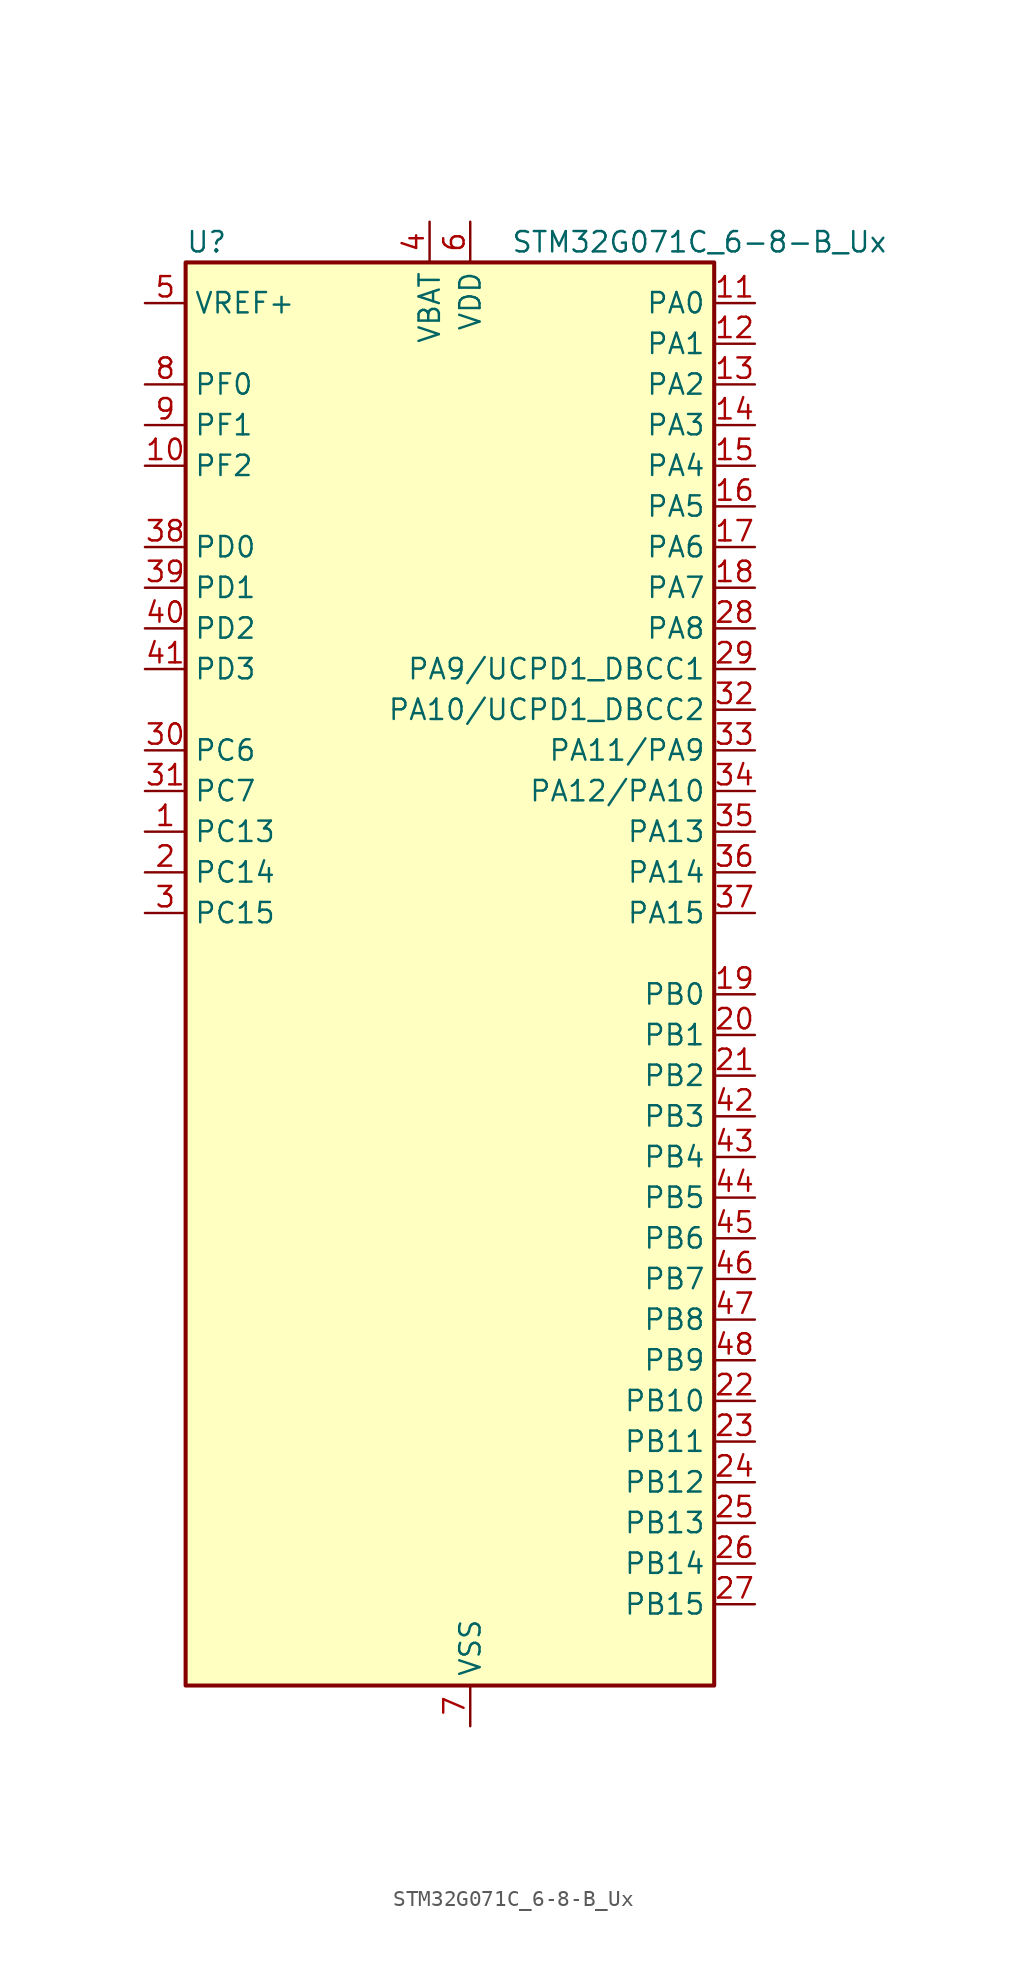
<source format=kicad_sym>
(kicad_symbol_lib
  (version 20231120)
  (generator "kicad_symbol_editor")
  (generator_version "8.0")
  (symbol "STM32G071C_6-8-B_Ux"
    (property "Reference" "U"
      (at -15.24 46.99 0)
      (effects (font (size 1.27 1.27)) (justify left)))
    (property "Value" "STM32G071C_6-8-B_Ux"
      (at 5.08 46.99 0)
      (effects (font (size 1.27 1.27)) (justify left)))
    (property "ki_locked" ""
      (at 0 0 0)
      (effects (font (size 1.27 1.27))))
    (symbol "STM32G071C_6-8-B_Ux_0_1"
      (rectangle (start -15.24 -43.18) (end 17.78 45.72) (stroke (width 0.254) (type default)) (fill (type background))))
    (symbol "STM32G071C_6-8-B_Ux_1_1"
      (pin bidirectional line (at -17.78 10.16 0) (length 2.54) (name "PC13" (effects (font (size 1.27 1.27)))) (number "1" (effects (font (size 1.27 1.27)))) (alternate "RTC_OUT_ALARM" bidirectional line) (alternate "RTC_OUT_CALIB" bidirectional line) (alternate "RTC_TAMP_IN1" bidirectional line) (alternate "RTC_TS" bidirectional line) (alternate "SYS_WKUP2" bidirectional line) (alternate "TIM1_BK" bidirectional line))
      (pin bidirectional line (at -17.78 33.02 0) (length 2.54) (name "PF2" (effects (font (size 1.27 1.27)))) (number "10" (effects (font (size 1.27 1.27)))) (alternate "RCC_MCO" bidirectional line))
      (pin bidirectional line (at 20.32 43.18 180) (length 2.54) (name "PA0" (effects (font (size 1.27 1.27)))) (number "11" (effects (font (size 1.27 1.27)))) (alternate "ADC1_IN0" bidirectional line) (alternate "COMP1_INM" bidirectional line) (alternate "COMP1_OUT" bidirectional line) (alternate "LPTIM1_OUT" bidirectional line) (alternate "RTC_TAMP_IN2" bidirectional line) (alternate "SPI2_SCK" bidirectional line) (alternate "SYS_WKUP1" bidirectional line) (alternate "TIM2_CH1" bidirectional line) (alternate "TIM2_ETR" bidirectional line) (alternate "UCPD2_FRSTX1" bidirectional line) (alternate "UCPD2_FRSTX2" bidirectional line) (alternate "USART2_CTS" bidirectional line) (alternate "USART2_NSS" bidirectional line) (alternate "USART4_TX" bidirectional line))
      (pin bidirectional line (at 20.32 40.64 180) (length 2.54) (name "PA1" (effects (font (size 1.27 1.27)))) (number "12" (effects (font (size 1.27 1.27)))) (alternate "ADC1_IN1" bidirectional line) (alternate "COMP1_INP" bidirectional line) (alternate "I2C1_SMBA" bidirectional line) (alternate "I2S1_CK" bidirectional line) (alternate "SPI1_SCK" bidirectional line) (alternate "TIM15_CH1N" bidirectional line) (alternate "TIM2_CH2" bidirectional line) (alternate "USART2_CK" bidirectional line) (alternate "USART2_DE" bidirectional line) (alternate "USART2_RTS" bidirectional line) (alternate "USART4_RX" bidirectional line))
      (pin bidirectional line (at 20.32 38.1 180) (length 2.54) (name "PA2" (effects (font (size 1.27 1.27)))) (number "13" (effects (font (size 1.27 1.27)))) (alternate "ADC1_IN2" bidirectional line) (alternate "COMP2_INM" bidirectional line) (alternate "COMP2_OUT" bidirectional line) (alternate "I2S1_SD" bidirectional line) (alternate "LPUART1_TX" bidirectional line) (alternate "RCC_LSCO" bidirectional line) (alternate "SPI1_MOSI" bidirectional line) (alternate "SYS_WKUP4" bidirectional line) (alternate "TIM15_CH1" bidirectional line) (alternate "TIM2_CH3" bidirectional line) (alternate "UCPD1_FRSTX1" bidirectional line) (alternate "UCPD1_FRSTX2" bidirectional line) (alternate "USART2_TX" bidirectional line))
      (pin bidirectional line (at 20.32 35.56 180) (length 2.54) (name "PA3" (effects (font (size 1.27 1.27)))) (number "14" (effects (font (size 1.27 1.27)))) (alternate "ADC1_IN3" bidirectional line) (alternate "COMP2_INP" bidirectional line) (alternate "LPUART1_RX" bidirectional line) (alternate "SPI2_MISO" bidirectional line) (alternate "TIM15_CH2" bidirectional line) (alternate "TIM2_CH4" bidirectional line) (alternate "UCPD2_FRSTX1" bidirectional line) (alternate "UCPD2_FRSTX2" bidirectional line) (alternate "USART2_RX" bidirectional line))
      (pin bidirectional line (at 20.32 33.02 180) (length 2.54) (name "PA4" (effects (font (size 1.27 1.27)))) (number "15" (effects (font (size 1.27 1.27)))) (alternate "ADC1_IN4" bidirectional line) (alternate "DAC1_OUT1" bidirectional line) (alternate "I2S1_WS" bidirectional line) (alternate "LPTIM2_OUT" bidirectional line) (alternate "RTC_OUT_ALARM" bidirectional line) (alternate "RTC_OUT_CALIB" bidirectional line) (alternate "SPI1_NSS" bidirectional line) (alternate "SPI2_MOSI" bidirectional line) (alternate "TIM14_CH1" bidirectional line) (alternate "UCPD2_FRSTX1" bidirectional line) (alternate "UCPD2_FRSTX2" bidirectional line))
      (pin bidirectional line (at 20.32 30.48 180) (length 2.54) (name "PA5" (effects (font (size 1.27 1.27)))) (number "16" (effects (font (size 1.27 1.27)))) (alternate "ADC1_IN5" bidirectional line) (alternate "CEC" bidirectional line) (alternate "DAC1_OUT2" bidirectional line) (alternate "I2S1_CK" bidirectional line) (alternate "LPTIM2_ETR" bidirectional line) (alternate "SPI1_SCK" bidirectional line) (alternate "TIM2_CH1" bidirectional line) (alternate "TIM2_ETR" bidirectional line) (alternate "UCPD1_FRSTX1" bidirectional line) (alternate "UCPD1_FRSTX2" bidirectional line) (alternate "USART3_TX" bidirectional line))
      (pin bidirectional line (at 20.32 27.94 180) (length 2.54) (name "PA6" (effects (font (size 1.27 1.27)))) (number "17" (effects (font (size 1.27 1.27)))) (alternate "ADC1_IN6" bidirectional line) (alternate "COMP1_OUT" bidirectional line) (alternate "I2S1_MCK" bidirectional line) (alternate "LPUART1_CTS" bidirectional line) (alternate "SPI1_MISO" bidirectional line) (alternate "TIM16_CH1" bidirectional line) (alternate "TIM1_BK" bidirectional line) (alternate "TIM3_CH1" bidirectional line) (alternate "USART3_CTS" bidirectional line) (alternate "USART3_NSS" bidirectional line))
      (pin bidirectional line (at 20.32 25.4 180) (length 2.54) (name "PA7" (effects (font (size 1.27 1.27)))) (number "18" (effects (font (size 1.27 1.27)))) (alternate "ADC1_IN7" bidirectional line) (alternate "COMP2_OUT" bidirectional line) (alternate "I2S1_SD" bidirectional line) (alternate "SPI1_MOSI" bidirectional line) (alternate "TIM14_CH1" bidirectional line) (alternate "TIM17_CH1" bidirectional line) (alternate "TIM1_CH1N" bidirectional line) (alternate "TIM3_CH2" bidirectional line) (alternate "UCPD1_FRSTX1" bidirectional line) (alternate "UCPD1_FRSTX2" bidirectional line))
      (pin bidirectional line (at 20.32 0 180) (length 2.54) (name "PB0" (effects (font (size 1.27 1.27)))) (number "19" (effects (font (size 1.27 1.27)))) (alternate "ADC1_IN8" bidirectional line) (alternate "COMP1_OUT" bidirectional line) (alternate "I2S1_WS" bidirectional line) (alternate "LPTIM1_OUT" bidirectional line) (alternate "SPI1_NSS" bidirectional line) (alternate "TIM1_CH2N" bidirectional line) (alternate "TIM3_CH3" bidirectional line) (alternate "UCPD1_FRSTX1" bidirectional line) (alternate "UCPD1_FRSTX2" bidirectional line) (alternate "USART3_RX" bidirectional line))
      (pin bidirectional line (at -17.78 7.62 0) (length 2.54) (name "PC14" (effects (font (size 1.27 1.27)))) (number "2" (effects (font (size 1.27 1.27)))) (alternate "RCC_OSC32_IN" bidirectional line) (alternate "TIM1_BK2" bidirectional line))
      (pin bidirectional line (at 20.32 -2.54 180) (length 2.54) (name "PB1" (effects (font (size 1.27 1.27)))) (number "20" (effects (font (size 1.27 1.27)))) (alternate "ADC1_IN9" bidirectional line) (alternate "COMP1_INM" bidirectional line) (alternate "LPTIM2_IN1" bidirectional line) (alternate "LPUART1_DE" bidirectional line) (alternate "LPUART1_RTS" bidirectional line) (alternate "TIM14_CH1" bidirectional line) (alternate "TIM1_CH3N" bidirectional line) (alternate "TIM3_CH4" bidirectional line) (alternate "USART3_CK" bidirectional line) (alternate "USART3_DE" bidirectional line) (alternate "USART3_RTS" bidirectional line))
      (pin bidirectional line (at 20.32 -5.08 180) (length 2.54) (name "PB2" (effects (font (size 1.27 1.27)))) (number "21" (effects (font (size 1.27 1.27)))) (alternate "ADC1_IN10" bidirectional line) (alternate "COMP1_INP" bidirectional line) (alternate "LPTIM1_OUT" bidirectional line) (alternate "SPI2_MISO" bidirectional line) (alternate "USART3_TX" bidirectional line))
      (pin bidirectional line (at 20.32 -25.4 180) (length 2.54) (name "PB10" (effects (font (size 1.27 1.27)))) (number "22" (effects (font (size 1.27 1.27)))) (alternate "ADC1_IN11" bidirectional line) (alternate "CEC" bidirectional line) (alternate "COMP1_OUT" bidirectional line) (alternate "I2C2_SCL" bidirectional line) (alternate "LPUART1_RX" bidirectional line) (alternate "SPI2_SCK" bidirectional line) (alternate "TIM2_CH3" bidirectional line) (alternate "USART3_TX" bidirectional line))
      (pin bidirectional line (at 20.32 -27.94 180) (length 2.54) (name "PB11" (effects (font (size 1.27 1.27)))) (number "23" (effects (font (size 1.27 1.27)))) (alternate "ADC1_EXTI11" bidirectional line) (alternate "ADC1_IN15" bidirectional line) (alternate "COMP2_OUT" bidirectional line) (alternate "I2C2_SDA" bidirectional line) (alternate "LPUART1_TX" bidirectional line) (alternate "SPI2_MOSI" bidirectional line) (alternate "TIM2_CH4" bidirectional line) (alternate "USART3_RX" bidirectional line))
      (pin bidirectional line (at 20.32 -30.48 180) (length 2.54) (name "PB12" (effects (font (size 1.27 1.27)))) (number "24" (effects (font (size 1.27 1.27)))) (alternate "ADC1_IN16" bidirectional line) (alternate "LPUART1_DE" bidirectional line) (alternate "LPUART1_RTS" bidirectional line) (alternate "SPI2_NSS" bidirectional line) (alternate "TIM15_BK" bidirectional line) (alternate "TIM1_BK" bidirectional line) (alternate "UCPD2_FRSTX1" bidirectional line) (alternate "UCPD2_FRSTX2" bidirectional line))
      (pin bidirectional line (at 20.32 -33.02 180) (length 2.54) (name "PB13" (effects (font (size 1.27 1.27)))) (number "25" (effects (font (size 1.27 1.27)))) (alternate "I2C2_SCL" bidirectional line) (alternate "LPUART1_CTS" bidirectional line) (alternate "SPI2_SCK" bidirectional line) (alternate "TIM15_CH1N" bidirectional line) (alternate "TIM1_CH1N" bidirectional line) (alternate "USART3_CTS" bidirectional line) (alternate "USART3_NSS" bidirectional line))
      (pin bidirectional line (at 20.32 -35.56 180) (length 2.54) (name "PB14" (effects (font (size 1.27 1.27)))) (number "26" (effects (font (size 1.27 1.27)))) (alternate "I2C2_SDA" bidirectional line) (alternate "SPI2_MISO" bidirectional line) (alternate "TIM15_CH1" bidirectional line) (alternate "TIM1_CH2N" bidirectional line) (alternate "UCPD1_FRSTX1" bidirectional line) (alternate "UCPD1_FRSTX2" bidirectional line) (alternate "USART3_CK" bidirectional line) (alternate "USART3_DE" bidirectional line) (alternate "USART3_RTS" bidirectional line))
      (pin bidirectional line (at 20.32 -38.1 180) (length 2.54) (name "PB15" (effects (font (size 1.27 1.27)))) (number "27" (effects (font (size 1.27 1.27)))) (alternate "RTC_REFIN" bidirectional line) (alternate "SPI2_MOSI" bidirectional line) (alternate "TIM15_CH1N" bidirectional line) (alternate "TIM15_CH2" bidirectional line) (alternate "TIM1_CH3N" bidirectional line) (alternate "UCPD1_CC2" bidirectional line))
      (pin bidirectional line (at 20.32 22.86 180) (length 2.54) (name "PA8" (effects (font (size 1.27 1.27)))) (number "28" (effects (font (size 1.27 1.27)))) (alternate "LPTIM2_OUT" bidirectional line) (alternate "RCC_MCO" bidirectional line) (alternate "SPI2_NSS" bidirectional line) (alternate "TIM1_CH1" bidirectional line) (alternate "UCPD1_CC1" bidirectional line))
      (pin bidirectional line (at 20.32 20.32 180) (length 2.54) (name "PA9/UCPD1_DBCC1" (effects (font (size 1.27 1.27)))) (number "29" (effects (font (size 1.27 1.27)))) (alternate "DAC1_EXTI9" bidirectional line) (alternate "I2C1_SCL" bidirectional line) (alternate "RCC_MCO" bidirectional line) (alternate "SPI2_MISO" bidirectional line) (alternate "TIM15_BK" bidirectional line) (alternate "TIM1_CH2" bidirectional line) (alternate "UCPD1_DBCC1" bidirectional line) (alternate "USART1_TX" bidirectional line))
      (pin bidirectional line (at -17.78 5.08 0) (length 2.54) (name "PC15" (effects (font (size 1.27 1.27)))) (number "3" (effects (font (size 1.27 1.27)))) (alternate "RCC_OSC32_EN" bidirectional line) (alternate "RCC_OSC32_OUT" bidirectional line) (alternate "RCC_OSC_EN" bidirectional line) (alternate "TIM15_BK" bidirectional line))
      (pin bidirectional line (at -17.78 15.24 0) (length 2.54) (name "PC6" (effects (font (size 1.27 1.27)))) (number "30" (effects (font (size 1.27 1.27)))) (alternate "TIM2_CH3" bidirectional line) (alternate "TIM3_CH1" bidirectional line) (alternate "UCPD1_FRSTX1" bidirectional line) (alternate "UCPD1_FRSTX2" bidirectional line))
      (pin bidirectional line (at -17.78 12.7 0) (length 2.54) (name "PC7" (effects (font (size 1.27 1.27)))) (number "31" (effects (font (size 1.27 1.27)))) (alternate "TIM2_CH4" bidirectional line) (alternate "TIM3_CH2" bidirectional line) (alternate "UCPD2_FRSTX1" bidirectional line) (alternate "UCPD2_FRSTX2" bidirectional line))
      (pin bidirectional line (at 20.32 17.78 180) (length 2.54) (name "PA10/UCPD1_DBCC2" (effects (font (size 1.27 1.27)))) (number "32" (effects (font (size 1.27 1.27)))) (alternate "I2C1_SDA" bidirectional line) (alternate "SPI2_MOSI" bidirectional line) (alternate "TIM17_BK" bidirectional line) (alternate "TIM1_CH3" bidirectional line) (alternate "UCPD1_DBCC2" bidirectional line) (alternate "USART1_RX" bidirectional line))
      (pin bidirectional line (at 20.32 15.24 180) (length 2.54) (name "PA11/PA9" (effects (font (size 1.27 1.27)))) (number "33" (effects (font (size 1.27 1.27)))) (alternate "ADC1_EXTI11" bidirectional line) (alternate "COMP1_OUT" bidirectional line) (alternate "I2C2_SCL" bidirectional line) (alternate "I2S1_MCK" bidirectional line) (alternate "SPI1_MISO" bidirectional line) (alternate "TIM1_BK2" bidirectional line) (alternate "TIM1_CH4" bidirectional line) (alternate "USART1_CTS" bidirectional line) (alternate "USART1_NSS" bidirectional line))
      (pin bidirectional line (at 20.32 12.7 180) (length 2.54) (name "PA12/PA10" (effects (font (size 1.27 1.27)))) (number "34" (effects (font (size 1.27 1.27)))) (alternate "COMP2_OUT" bidirectional line) (alternate "I2C2_SDA" bidirectional line) (alternate "I2S1_SD" bidirectional line) (alternate "I2S_CKIN" bidirectional line) (alternate "SPI1_MOSI" bidirectional line) (alternate "TIM1_ETR" bidirectional line) (alternate "USART1_CK" bidirectional line) (alternate "USART1_DE" bidirectional line) (alternate "USART1_RTS" bidirectional line))
      (pin bidirectional line (at 20.32 10.16 180) (length 2.54) (name "PA13" (effects (font (size 1.27 1.27)))) (number "35" (effects (font (size 1.27 1.27)))) (alternate "IR_OUT" bidirectional line) (alternate "SYS_SWDIO" bidirectional line))
      (pin bidirectional line (at 20.32 7.62 180) (length 2.54) (name "PA14" (effects (font (size 1.27 1.27)))) (number "36" (effects (font (size 1.27 1.27)))) (alternate "SYS_SWCLK" bidirectional line) (alternate "USART2_TX" bidirectional line))
      (pin bidirectional line (at 20.32 5.08 180) (length 2.54) (name "PA15" (effects (font (size 1.27 1.27)))) (number "37" (effects (font (size 1.27 1.27)))) (alternate "I2S1_WS" bidirectional line) (alternate "SPI1_NSS" bidirectional line) (alternate "TIM2_CH1" bidirectional line) (alternate "TIM2_ETR" bidirectional line) (alternate "USART2_RX" bidirectional line) (alternate "USART3_CK" bidirectional line) (alternate "USART3_DE" bidirectional line) (alternate "USART3_RTS" bidirectional line) (alternate "USART4_CK" bidirectional line) (alternate "USART4_DE" bidirectional line) (alternate "USART4_RTS" bidirectional line))
      (pin bidirectional line (at -17.78 27.94 0) (length 2.54) (name "PD0" (effects (font (size 1.27 1.27)))) (number "38" (effects (font (size 1.27 1.27)))) (alternate "SPI2_NSS" bidirectional line) (alternate "TIM16_CH1" bidirectional line) (alternate "UCPD2_CC1" bidirectional line))
      (pin bidirectional line (at -17.78 25.4 0) (length 2.54) (name "PD1" (effects (font (size 1.27 1.27)))) (number "39" (effects (font (size 1.27 1.27)))) (alternate "SPI2_SCK" bidirectional line) (alternate "TIM17_CH1" bidirectional line) (alternate "UCPD2_DBCC1" bidirectional line))
      (pin power_in line (at 0 48.26 270) (length 2.54) (name "VBAT" (effects (font (size 1.27 1.27)))) (number "4" (effects (font (size 1.27 1.27)))))
      (pin bidirectional line (at -17.78 22.86 0) (length 2.54) (name "PD2" (effects (font (size 1.27 1.27)))) (number "40" (effects (font (size 1.27 1.27)))) (alternate "TIM1_CH1N" bidirectional line) (alternate "TIM3_ETR" bidirectional line) (alternate "UCPD2_CC2" bidirectional line) (alternate "USART3_CK" bidirectional line) (alternate "USART3_DE" bidirectional line) (alternate "USART3_RTS" bidirectional line))
      (pin bidirectional line (at -17.78 20.32 0) (length 2.54) (name "PD3" (effects (font (size 1.27 1.27)))) (number "41" (effects (font (size 1.27 1.27)))) (alternate "SPI2_MISO" bidirectional line) (alternate "TIM1_CH2N" bidirectional line) (alternate "UCPD2_DBCC2" bidirectional line) (alternate "USART2_CTS" bidirectional line) (alternate "USART2_NSS" bidirectional line))
      (pin bidirectional line (at 20.32 -7.62 180) (length 2.54) (name "PB3" (effects (font (size 1.27 1.27)))) (number "42" (effects (font (size 1.27 1.27)))) (alternate "COMP2_INM" bidirectional line) (alternate "I2S1_CK" bidirectional line) (alternate "SPI1_SCK" bidirectional line) (alternate "TIM1_CH2" bidirectional line) (alternate "TIM2_CH2" bidirectional line) (alternate "USART1_CK" bidirectional line) (alternate "USART1_DE" bidirectional line) (alternate "USART1_RTS" bidirectional line))
      (pin bidirectional line (at 20.32 -10.16 180) (length 2.54) (name "PB4" (effects (font (size 1.27 1.27)))) (number "43" (effects (font (size 1.27 1.27)))) (alternate "COMP2_INP" bidirectional line) (alternate "I2S1_MCK" bidirectional line) (alternate "SPI1_MISO" bidirectional line) (alternate "TIM17_BK" bidirectional line) (alternate "TIM3_CH1" bidirectional line) (alternate "USART1_CTS" bidirectional line) (alternate "USART1_NSS" bidirectional line))
      (pin bidirectional line (at 20.32 -12.7 180) (length 2.54) (name "PB5" (effects (font (size 1.27 1.27)))) (number "44" (effects (font (size 1.27 1.27)))) (alternate "COMP2_OUT" bidirectional line) (alternate "I2C1_SMBA" bidirectional line) (alternate "I2S1_SD" bidirectional line) (alternate "LPTIM1_IN1" bidirectional line) (alternate "SPI1_MOSI" bidirectional line) (alternate "SYS_WKUP6" bidirectional line) (alternate "TIM16_BK" bidirectional line) (alternate "TIM3_CH2" bidirectional line))
      (pin bidirectional line (at 20.32 -15.24 180) (length 2.54) (name "PB6" (effects (font (size 1.27 1.27)))) (number "45" (effects (font (size 1.27 1.27)))) (alternate "COMP2_INP" bidirectional line) (alternate "I2C1_SCL" bidirectional line) (alternate "LPTIM1_ETR" bidirectional line) (alternate "SPI2_MISO" bidirectional line) (alternate "TIM16_CH1N" bidirectional line) (alternate "TIM1_CH3" bidirectional line) (alternate "USART1_TX" bidirectional line))
      (pin bidirectional line (at 20.32 -17.78 180) (length 2.54) (name "PB7" (effects (font (size 1.27 1.27)))) (number "46" (effects (font (size 1.27 1.27)))) (alternate "COMP2_INM" bidirectional line) (alternate "I2C1_SDA" bidirectional line) (alternate "LPTIM1_IN2" bidirectional line) (alternate "SPI2_MOSI" bidirectional line) (alternate "SYS_PVD_IN" bidirectional line) (alternate "TIM17_CH1N" bidirectional line) (alternate "USART1_RX" bidirectional line) (alternate "USART4_CTS" bidirectional line) (alternate "USART4_NSS" bidirectional line))
      (pin bidirectional line (at 20.32 -20.32 180) (length 2.54) (name "PB8" (effects (font (size 1.27 1.27)))) (number "47" (effects (font (size 1.27 1.27)))) (alternate "CEC" bidirectional line) (alternate "I2C1_SCL" bidirectional line) (alternate "SPI2_SCK" bidirectional line) (alternate "TIM15_BK" bidirectional line) (alternate "TIM16_CH1" bidirectional line) (alternate "USART3_TX" bidirectional line))
      (pin bidirectional line (at 20.32 -22.86 180) (length 2.54) (name "PB9" (effects (font (size 1.27 1.27)))) (number "48" (effects (font (size 1.27 1.27)))) (alternate "DAC1_EXTI9" bidirectional line) (alternate "I2C1_SDA" bidirectional line) (alternate "IR_OUT" bidirectional line) (alternate "SPI2_NSS" bidirectional line) (alternate "TIM17_CH1" bidirectional line) (alternate "UCPD2_FRSTX1" bidirectional line) (alternate "UCPD2_FRSTX2" bidirectional line) (alternate "USART3_RX" bidirectional line))
      (pin passive line (at 2.54 -45.72 90) (length 2.54) hide (name "VSS" (effects (font (size 1.27 1.27)))) (number "49" (effects (font (size 1.27 1.27)))))
      (pin input line (at -17.78 43.18 0) (length 2.54) (name "VREF+" (effects (font (size 1.27 1.27)))) (number "5" (effects (font (size 1.27 1.27)))) (alternate "VREFBUF_OUT" bidirectional line))
      (pin power_in line (at 2.54 48.26 270) (length 2.54) (name "VDD" (effects (font (size 1.27 1.27)))) (number "6" (effects (font (size 1.27 1.27)))))
      (pin power_in line (at 2.54 -45.72 90) (length 2.54) (name "VSS" (effects (font (size 1.27 1.27)))) (number "7" (effects (font (size 1.27 1.27)))))
      (pin bidirectional line (at -17.78 38.1 0) (length 2.54) (name "PF0" (effects (font (size 1.27 1.27)))) (number "8" (effects (font (size 1.27 1.27)))) (alternate "RCC_OSC_IN" bidirectional line) (alternate "TIM14_CH1" bidirectional line))
      (pin bidirectional line (at -17.78 35.56 0) (length 2.54) (name "PF1" (effects (font (size 1.27 1.27)))) (number "9" (effects (font (size 1.27 1.27)))) (alternate "RCC_OSC_EN" bidirectional line) (alternate "RCC_OSC_OUT" bidirectional line) (alternate "TIM15_CH1N" bidirectional line)))))
</source>
